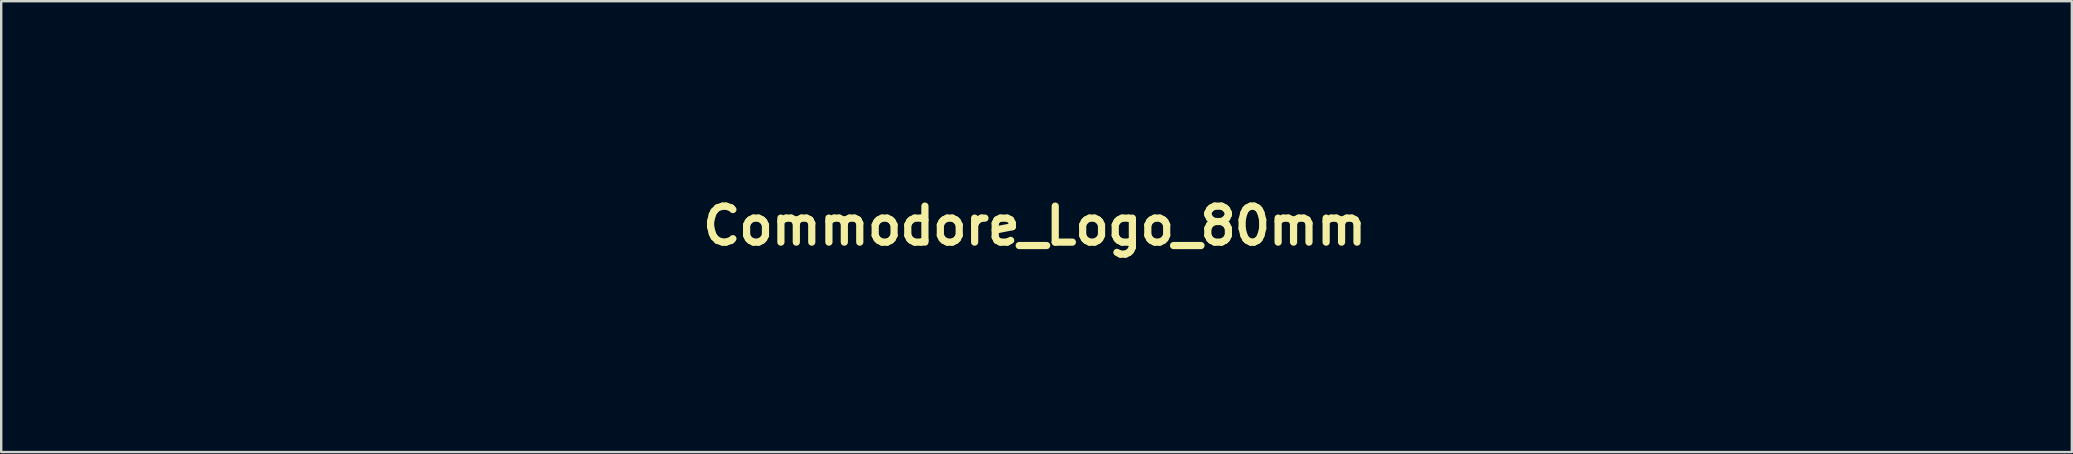
<source format=kicad_pcb>
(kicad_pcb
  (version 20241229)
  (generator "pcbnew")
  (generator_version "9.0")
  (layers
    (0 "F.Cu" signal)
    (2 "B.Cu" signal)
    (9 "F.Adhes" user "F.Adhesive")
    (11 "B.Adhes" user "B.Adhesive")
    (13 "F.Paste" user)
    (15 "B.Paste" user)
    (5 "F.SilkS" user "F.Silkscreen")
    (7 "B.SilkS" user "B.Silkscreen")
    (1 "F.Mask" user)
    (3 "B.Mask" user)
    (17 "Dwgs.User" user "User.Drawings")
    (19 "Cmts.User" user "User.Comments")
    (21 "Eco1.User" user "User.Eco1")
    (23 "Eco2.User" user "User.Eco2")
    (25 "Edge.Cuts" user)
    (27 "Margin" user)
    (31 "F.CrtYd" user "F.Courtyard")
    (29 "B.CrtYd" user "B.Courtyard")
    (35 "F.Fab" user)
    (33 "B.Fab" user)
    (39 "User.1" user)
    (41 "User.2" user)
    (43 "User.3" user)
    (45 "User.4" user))
  (footprint "Commodore_Logo_80mm"
    (layer "F.Cu")
    (at 40.053 6.358)
    (property "Reference" "Commodore_Logo_80mm" (at 0 0 0) (layer "F.SilkS") (effects (font (size 1.5 1.5) (thickness 0.3))))
    (attr board_only exclude_from_pos_files exclude_from_bom)
    (fp_poly (pts (xy -28.202 1.069) (xy -27.813 1.476) (xy -27.455 1.857) (xy -27.185 2.15) (xy -27.115 2.229) (xy -26.823 2.564) (xy -29.225 2.564) (xy -31.628 2.564) (xy -31.628 1.404) (xy -31.628 0.244) (xy -30.312 0.244) (xy -28.996 0.244)) (stroke (width 0) (type solid)) (fill yes) (layer "F.Mask"))
    (fp_poly (pts (xy -28.514 -2.438) (xy -27.873 -2.426) (xy -27.36 -2.407) (xy -27.013 -2.384) (xy -26.867 -2.357) (xy -26.865 -2.353) (xy -26.947 -2.237) (xy -27.169 -1.986) (xy -27.498 -1.636) (xy -27.902 -1.223) (xy -27.931 -1.193) (xy -28.997 -0.122) (xy -30.313 -0.122) (xy -31.628 -0.122) (xy -31.628 -1.282) (xy -31.628 -2.442) (xy -29.247 -2.442)) (stroke (width 0) (type solid)) (fill yes) (layer "F.Mask"))
    (fp_poly (pts (xy 34.184 -1.191) (xy 34.162 -0.695) (xy 34.087 -0.394) (xy 33.924 -0.24) (xy 33.636 -0.183) (xy 33.424 -0.175) (xy 32.998 -0.135) (xy 32.696 0.001) (xy 32.508 0.163) (xy 32.375 0.306) (xy 32.282 0.454) (xy 32.219 0.655) (xy 32.177 0.953) (xy 32.148 1.395) (xy 32.122 2.027) (xy 32.116 2.17) (xy 32.055 3.847) (xy 31.134 3.882) (xy 30.68 3.888) (xy 30.326 3.872) (xy 30.137 3.838) (xy 30.126 3.831) (xy 30.102 3.689) (xy 30.079 3.339) (xy 30.061 2.816) (xy 30.048 2.158) (xy 30.041 1.4) (xy 30.04 1.018) (xy 30.04 -1.71) (xy 30.956 -1.71) (xy 31.872 -1.71) (xy 31.872 -1.297) (xy 31.872 -0.884) (xy 32.346 -1.358) (xy 32.645 -1.634) (xy 32.896 -1.775) (xy 33.209 -1.826) (xy 33.506 -1.832) (xy 34.192 -1.832)) (stroke (width 0) (type solid)) (fill yes) (layer "F.Mask"))
    (fp_poly (pts (xy -15.138 -1.777) (xy -14.3 -1.559) (xy -13.616 -1.153) (xy -13.082 -0.559) (xy -12.985 -0.404) (xy -12.713 0.279) (xy -12.627 1.033) (xy -12.717 1.793) (xy -12.975 2.497) (xy -13.392 3.08) (xy -13.453 3.139) (xy -14.024 3.528) (xy -14.745 3.805) (xy -15.541 3.955) (xy -16.337 3.962) (xy -16.892 3.862) (xy -17.703 3.525) (xy -18.342 3.029) (xy -18.793 2.392) (xy -19.042 1.634) (xy -19.073 1.244) (xy -17.062 1.244) (xy -16.956 1.792) (xy -16.701 2.236) (xy -16.665 2.274) (xy -16.287 2.497) (xy -15.812 2.569) (xy -15.343 2.478) (xy -15.246 2.432) (xy -14.991 2.18) (xy -14.787 1.767) (xy -14.67 1.274) (xy -14.654 1.03) (xy -14.74 0.454) (xy -14.973 -0.007) (xy -15.313 -0.326) (xy -15.724 -0.479) (xy -16.165 -0.437) (xy -16.521 -0.242) (xy -16.84 0.151) (xy -17.021 0.672) (xy -17.062 1.244) (xy -19.073 1.244) (xy -19.088 1.057) (xy -18.979 0.189) (xy -18.677 -0.533) (xy -18.188 -1.101) (xy -17.521 -1.509) (xy -16.681 -1.75) (xy -16.133 -1.81)) (stroke (width 0) (type solid)) (fill yes) (layer "F.Mask"))
    (fp_poly (pts (xy 27.073 -1.734) (xy 27.867 -1.448) (xy 28.52 -0.967) (xy 28.655 -0.824) (xy 29.024 -0.296) (xy 29.232 0.292) (xy 29.297 1.004) (xy 29.287 1.349) (xy 29.237 1.867) (xy 29.137 2.246) (xy 28.954 2.589) (xy 28.872 2.71) (xy 28.382 3.213) (xy 27.726 3.607) (xy 26.967 3.872) (xy 26.166 3.988) (xy 25.386 3.934) (xy 25.245 3.903) (xy 24.416 3.589) (xy 23.746 3.118) (xy 23.25 2.519) (xy 22.942 1.824) (xy 22.838 1.062) (xy 22.84 1.05) (xy 24.912 1.05) (xy 24.996 1.684) (xy 25.232 2.163) (xy 25.595 2.465) (xy 26.056 2.571) (xy 26.592 2.459) (xy 26.67 2.426) (xy 26.999 2.152) (xy 27.212 1.726) (xy 27.302 1.212) (xy 27.266 0.676) (xy 27.097 0.181) (xy 26.864 -0.142) (xy 26.448 -0.425) (xy 25.99 -0.47) (xy 25.54 -0.314) (xy 25.174 0.001) (xy 24.966 0.49) (xy 24.912 1.05) (xy 22.84 1.05) (xy 22.952 0.264) (xy 23.194 -0.351) (xy 23.644 -0.977) (xy 24.267 -1.431) (xy 25.062 -1.714) (xy 26.025 -1.824) (xy 26.133 -1.825)) (stroke (width 0) (type solid)) (fill yes) (layer "F.Mask"))
    (fp_poly (pts (xy -20.459 -4.168) (xy -19.859 -4.073) (xy -19.507 -4.004) (xy -19.57 -3.216) (xy -19.611 -2.803) (xy -19.655 -2.498) (xy -19.69 -2.372) (xy -19.831 -2.364) (xy -20.134 -2.404) (xy -20.397 -2.455) (xy -21.235 -2.548) (xy -22.018 -2.473) (xy -22.707 -2.243) (xy -23.26 -1.87) (xy -23.619 -1.404) (xy -23.816 -0.809) (xy -23.877 -0.112) (xy -23.802 0.587) (xy -23.597 1.178) (xy -23.18 1.721) (xy -22.595 2.114) (xy -21.875 2.346) (xy -21.054 2.404) (xy -20.439 2.336) (xy -20.028 2.266) (xy -19.725 2.225) (xy -19.597 2.223) (xy -19.597 2.223) (xy -19.568 2.353) (xy -19.524 2.66) (xy -19.477 3.067) (xy -19.436 3.499) (xy -19.438 3.748) (xy -19.496 3.872) (xy -19.625 3.931) (xy -19.679 3.945) (xy -20.095 4.012) (xy -20.667 4.058) (xy -21.309 4.083) (xy -21.932 4.082) (xy -22.45 4.055) (xy -22.649 4.029) (xy -23.565 3.793) (xy -24.323 3.43) (xy -24.95 2.944) (xy -25.46 2.4) (xy -25.807 1.842) (xy -26.044 1.177) (xy -26.132 0.801) (xy -26.221 -0.172) (xy -26.094 -1.109) (xy -25.768 -1.973) (xy -25.259 -2.73) (xy -24.585 -3.346) (xy -23.959 -3.704) (xy -22.881 -4.059) (xy -21.7 -4.216)) (stroke (width 0) (type solid)) (fill yes) (layer "F.Mask"))
    (fp_poly (pts (xy 12.898 -1.789) (xy 13.629 -1.593) (xy 13.739 -1.545) (xy 14.45 -1.101) (xy 14.958 -0.525) (xy 15.268 0.191) (xy 15.382 1.053) (xy 15.383 1.16) (xy 15.264 1.92) (xy 14.937 2.624) (xy 14.435 3.22) (xy 13.795 3.654) (xy 13.672 3.709) (xy 13.144 3.86) (xy 12.491 3.949) (xy 11.825 3.967) (xy 11.274 3.908) (xy 10.478 3.631) (xy 9.819 3.178) (xy 9.321 2.579) (xy 9.012 1.866) (xy 8.954 1.428) (xy 10.993 1.428) (xy 11.014 1.718) (xy 11.096 1.922) (xy 11.259 2.118) (xy 11.334 2.194) (xy 11.685 2.466) (xy 12.061 2.562) (xy 12.15 2.564) (xy 12.544 2.498) (xy 12.892 2.267) (xy 12.967 2.194) (xy 13.162 1.983) (xy 13.268 1.791) (xy 13.307 1.537) (xy 13.299 1.145) (xy 13.29 0.972) (xy 13.212 0.347) (xy 13.047 -0.072) (xy 12.769 -0.318) (xy 12.352 -0.42) (xy 12.15 -0.427) (xy 11.674 -0.372) (xy 11.346 -0.185) (xy 11.14 0.164) (xy 11.032 0.706) (xy 11.011 0.972) (xy 10.993 1.428) (xy 8.954 1.428) (xy 8.915 1.133) (xy 9.014 0.26) (xy 9.31 -0.471) (xy 9.806 -1.062) (xy 10.504 -1.517) (xy 10.562 -1.545) (xy 11.268 -1.765) (xy 12.079 -1.846)) (stroke (width 0) (type solid)) (fill yes) (layer "F.Mask"))
    (fp_poly (pts (xy 22.196 -0.153) (xy 22.164 3.847) (xy 21.248 3.847) (xy 20.782 3.843) (xy 20.506 3.82) (xy 20.367 3.758) (xy 20.312 3.64) (xy 20.294 3.519) (xy 20.256 3.19) (xy 19.745 3.549) (xy 19.09 3.873) (xy 18.388 3.983) (xy 17.699 3.87) (xy 17.653 3.854) (xy 17.036 3.557) (xy 16.588 3.16) (xy 16.259 2.649) (xy 15.988 1.911) (xy 15.889 1.13) (xy 15.894 1.064) (xy 17.951 1.064) (xy 17.971 1.486) (xy 18.055 1.769) (xy 18.24 2.015) (xy 18.308 2.085) (xy 18.736 2.376) (xy 19.185 2.428) (xy 19.628 2.24) (xy 19.731 2.16) (xy 20 1.791) (xy 20.128 1.318) (xy 20.123 0.807) (xy 19.992 0.326) (xy 19.744 -0.057) (xy 19.45 -0.255) (xy 18.95 -0.339) (xy 18.522 -0.209) (xy 18.196 0.114) (xy 17.998 0.603) (xy 17.951 1.064) (xy 15.894 1.064) (xy 15.951 0.356) (xy 16.163 -0.365) (xy 16.515 -0.984) (xy 16.996 -1.454) (xy 17.214 -1.585) (xy 17.767 -1.771) (xy 18.383 -1.827) (xy 18.997 -1.762) (xy 19.541 -1.585) (xy 19.949 -1.307) (xy 20.056 -1.175) (xy 20.089 -1.237) (xy 20.117 -1.501) (xy 20.137 -1.93) (xy 20.147 -2.48) (xy 20.147 -2.595) (xy 20.149 -4.152) (xy 21.189 -4.152) (xy 22.228 -4.152)) (stroke (width 0) (type solid)) (fill yes) (layer "F.Mask"))
    (fp_poly (pts (xy -32.553 -6.276) (xy -32.244 -6.218) (xy -31.628 -6.086) (xy -31.628 -4.466) (xy -31.628 -2.847) (xy -32.33 -3.085) (xy -33.182 -3.26) (xy -34.033 -3.225) (xy -34.845 -3.001) (xy -35.577 -2.607) (xy -36.19 -2.06) (xy -36.644 -1.382) (xy -36.821 -0.93) (xy -36.981 -0.027) (xy -36.906 0.812) (xy -36.595 1.591) (xy -36.046 2.313) (xy -35.982 2.378) (xy -35.263 2.935) (xy -34.447 3.29) (xy -33.577 3.431) (xy -32.697 3.349) (xy -32.3 3.233) (xy -31.976 3.123) (xy -31.755 3.06) (xy -31.719 3.055) (xy -31.685 3.169) (xy -31.657 3.481) (xy -31.637 3.947) (xy -31.628 4.521) (xy -31.628 4.627) (xy -31.631 5.282) (xy -31.646 5.734) (xy -31.675 6.022) (xy -31.726 6.188) (xy -31.803 6.273) (xy -31.842 6.292) (xy -32.122 6.355) (xy -32.581 6.398) (xy -33.152 6.421) (xy -33.771 6.425) (xy -34.371 6.408) (xy -34.888 6.372) (xy -35.256 6.314) (xy -35.291 6.305) (xy -36.466 5.838) (xy -37.53 5.153) (xy -38.113 4.64) (xy -38.915 3.694) (xy -39.505 2.654) (xy -39.885 1.548) (xy -40.053 0.405) (xy -40.01 -0.747) (xy -39.756 -1.878) (xy -39.289 -2.961) (xy -38.611 -3.967) (xy -38.164 -4.46) (xy -37.208 -5.25) (xy -36.137 -5.836) (xy -34.983 -6.208) (xy -33.778 -6.358)) (stroke (width 0) (type solid)) (fill yes) (layer "F.Mask"))
    (fp_poly (pts (xy 37.4 -1.81) (xy 37.56 -1.803) (xy 38.32 -1.718) (xy 38.9 -1.527) (xy 39.351 -1.204) (xy 39.724 -0.723) (xy 39.769 -0.648) (xy 39.973 -0.219) (xy 40.094 0.262) (xy 40.15 0.807) (xy 40.208 1.71) (xy 38.302 1.71) (xy 36.396 1.71) (xy 36.529 2.001) (xy 36.805 2.331) (xy 37.253 2.548) (xy 37.822 2.642) (xy 38.461 2.604) (xy 38.985 2.473) (xy 39.688 2.236) (xy 39.688 2.944) (xy 39.688 3.652) (xy 39.23 3.779) (xy 38.869 3.856) (xy 38.413 3.923) (xy 37.938 3.972) (xy 37.521 3.997) (xy 37.239 3.989) (xy 37.184 3.976) (xy 36.989 3.925) (xy 36.672 3.863) (xy 36.622 3.854) (xy 35.977 3.633) (xy 35.381 3.218) (xy 34.897 2.66) (xy 34.731 2.37) (xy 34.559 1.986) (xy 34.469 1.659) (xy 34.443 1.288) (xy 34.464 0.783) (xy 34.532 0.338) (xy 36.422 0.338) (xy 36.546 0.436) (xy 36.845 0.479) (xy 37.352 0.488) (xy 37.428 0.488) (xy 37.966 0.474) (xy 38.321 0.433) (xy 38.465 0.369) (xy 38.466 0.36) (xy 38.414 0.169) (xy 38.288 -0.112) (xy 38.287 -0.114) (xy 38.006 -0.424) (xy 37.616 -0.575) (xy 37.193 -0.567) (xy 36.812 -0.399) (xy 36.571 -0.118) (xy 36.442 0.161) (xy 36.422 0.338) (xy 34.532 0.338) (xy 34.583 -0.002) (xy 34.846 -0.617) (xy 35.28 -1.105) (xy 35.903 -1.505) (xy 36.271 -1.681) (xy 36.582 -1.78) (xy 36.928 -1.817)) (stroke (width 0) (type solid)) (fill yes) (layer "F.Mask"))
    (fp_poly (pts (xy 6.855 -1.775) (xy 7.269 -1.639) (xy 7.539 -1.483) (xy 7.747 -1.283) (xy 7.902 -1.006) (xy 8.012 -0.62) (xy 8.085 -0.092) (xy 8.131 0.61) (xy 8.158 1.519) (xy 8.161 1.679) (xy 8.201 3.908) (xy 7.215 3.908) (xy 6.228 3.908) (xy 6.228 2.267) (xy 6.219 1.631) (xy 6.195 1.059) (xy 6.16 0.609) (xy 6.116 0.336) (xy 6.108 0.312) (xy 5.867 -0.029) (xy 5.509 -0.197) (xy 5.11 -0.162) (xy 5.061 -0.141) (xy 4.808 0.033) (xy 4.623 0.312) (xy 4.499 0.729) (xy 4.427 1.314) (xy 4.398 2.101) (xy 4.396 2.377) (xy 4.396 3.908) (xy 3.428 3.908) (xy 2.46 3.908) (xy 2.421 2.088) (xy 2.402 1.368) (xy 2.377 0.85) (xy 2.341 0.493) (xy 2.289 0.256) (xy 2.215 0.097) (xy 2.149 0.012) (xy 1.817 -0.207) (xy 1.455 -0.216) (xy 1.113 -0.035) (xy 0.842 0.315) (xy 0.738 0.584) (xy 0.687 0.889) (xy 0.646 1.369) (xy 0.619 1.953) (xy 0.611 2.473) (xy 0.611 3.908) (xy -0.366 3.908) (xy -1.343 3.908) (xy -1.343 1.099) (xy -1.343 -1.71) (xy -0.427 -1.71) (xy 0.488 -1.71) (xy 0.488 -1.32) (xy 0.488 -0.931) (xy 0.824 -1.252) (xy 1.3 -1.601) (xy 1.853 -1.785) (xy 2.456 -1.832) (xy 3.155 -1.739) (xy 3.711 -1.456) (xy 4.017 -1.148) (xy 4.196 -0.947) (xy 4.295 -0.932) (xy 4.348 -1.027) (xy 4.494 -1.205) (xy 4.776 -1.426) (xy 4.94 -1.53) (xy 5.519 -1.753) (xy 6.192 -1.836)) (stroke (width 0) (type solid)) (fill yes) (layer "F.Mask"))
    (fp_poly (pts (xy -7.396 -1.748) (xy -6.874 -1.517) (xy -6.512 -1.166) (xy -6.469 -1.094) (xy -6.329 -0.831) (xy -6.148 -1.089) (xy -5.928 -1.304) (xy -5.592 -1.533) (xy -5.467 -1.602) (xy -4.997 -1.759) (xy -4.438 -1.826) (xy -3.871 -1.806) (xy -3.377 -1.7) (xy -3.049 -1.523) (xy -2.825 -1.301) (xy -2.657 -1.073) (xy -2.538 -0.799) (xy -2.459 -0.44) (xy -2.412 0.042) (xy -2.389 0.685) (xy -2.383 1.529) (xy -2.383 1.649) (xy -2.381 3.847) (xy -3.328 3.882) (xy -4.274 3.918) (xy -4.275 2.478) (xy -4.282 1.858) (xy -4.301 1.282) (xy -4.327 0.82) (xy -4.354 0.571) (xy -4.518 0.135) (xy -4.804 -0.131) (xy -5.156 -0.215) (xy -5.519 -0.102) (xy -5.829 0.21) (xy -5.924 0.407) (xy -5.995 0.692) (xy -6.046 1.109) (xy -6.085 1.701) (xy -6.106 2.192) (xy -6.167 3.847) (xy -7.113 3.882) (xy -8.06 3.918) (xy -8.072 2.295) (xy -8.083 1.51) (xy -8.109 0.932) (xy -8.156 0.521) (xy -8.234 0.242) (xy -8.35 0.054) (xy -8.511 -0.078) (xy -8.572 -0.115) (xy -8.868 -0.228) (xy -9.15 -0.175) (xy -9.215 -0.147) (xy -9.472 0.028) (xy -9.659 0.303) (xy -9.785 0.713) (xy -9.859 1.288) (xy -9.889 2.063) (xy -9.891 2.377) (xy -9.891 3.908) (xy -10.868 3.908) (xy -11.845 3.908) (xy -11.845 1.099) (xy -11.845 -1.71) (xy -10.929 -1.71) (xy -10.013 -1.71) (xy -10.013 -1.32) (xy -10.013 -0.931) (xy -9.678 -1.252) (xy -9.215 -1.594) (xy -8.678 -1.778) (xy -8.021 -1.831)) (stroke (width 0) (type solid)) (fill yes) (layer "F.Mask")))
  (gr_rect
    (start -3 -3)
    (end 83.262 15.783)
    (stroke (width 0.1) (type default))
    (fill no)
    (layer "Edge.Cuts")))
</source>
